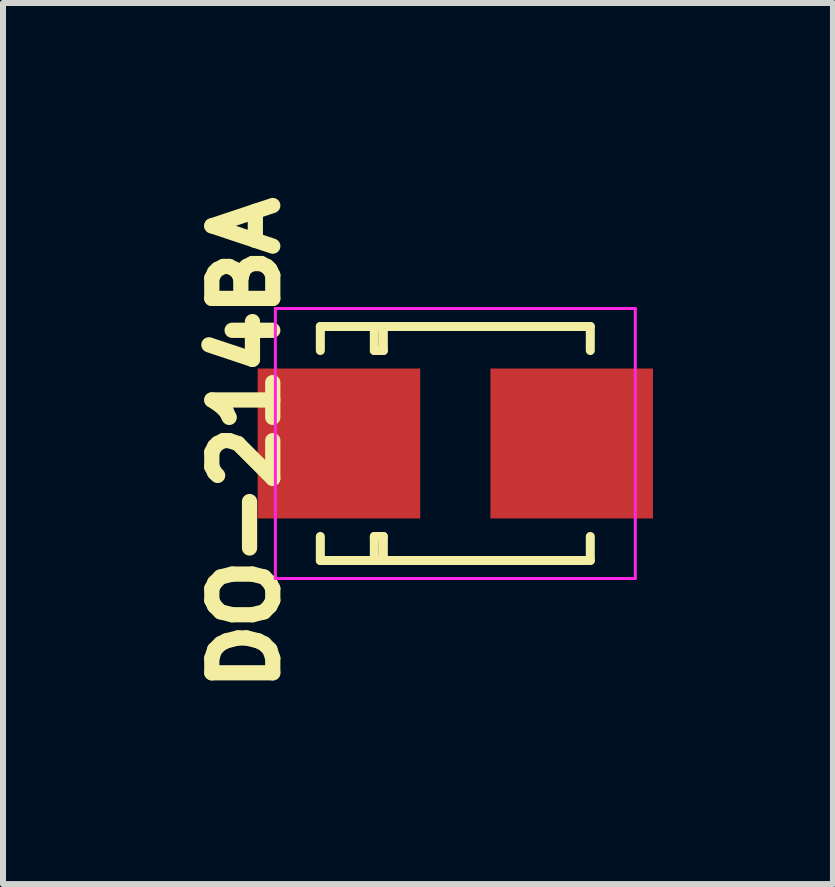
<source format=kicad_pcb>
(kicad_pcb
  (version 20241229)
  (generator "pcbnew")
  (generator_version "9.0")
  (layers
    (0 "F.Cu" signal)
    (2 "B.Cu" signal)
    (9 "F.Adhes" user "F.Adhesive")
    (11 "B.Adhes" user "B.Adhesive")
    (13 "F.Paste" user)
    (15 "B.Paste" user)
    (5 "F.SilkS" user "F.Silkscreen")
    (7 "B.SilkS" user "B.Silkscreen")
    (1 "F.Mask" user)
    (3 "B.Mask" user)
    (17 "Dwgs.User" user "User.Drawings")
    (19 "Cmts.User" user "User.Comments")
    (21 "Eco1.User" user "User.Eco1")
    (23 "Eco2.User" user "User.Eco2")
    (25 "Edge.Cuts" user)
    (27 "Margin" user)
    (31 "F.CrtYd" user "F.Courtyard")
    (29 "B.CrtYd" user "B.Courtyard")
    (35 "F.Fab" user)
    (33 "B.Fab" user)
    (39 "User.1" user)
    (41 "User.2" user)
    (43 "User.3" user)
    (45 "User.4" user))
  (footprint "DO-214BA"
    (layer "F.Cu")
    (at 4.54 4.343)
    (property "Reference" "DO-214BA" (at -3.5 0 90) (layer "F.SilkS") (effects (font (size 1.016 1.016) (thickness 0.254))))
    (attr smd)
    (fp_line (start -2.25 -1.95) (end -2.25 -1.55) (stroke (width 0.15) (type solid)) (layer "F.SilkS"))
    (fp_line (start -2.25 -1.95) (end 2.25 -1.95) (stroke (width 0.15) (type solid)) (layer "F.SilkS"))
    (fp_line (start -2.25 1.95) (end -2.25 1.55) (stroke (width 0.15) (type solid)) (layer "F.SilkS"))
    (fp_line (start -1.35 -1.95) (end -1.35 -1.55) (stroke (width 0.15) (type solid)) (layer "F.SilkS"))
    (fp_line (start -1.35 -1.55) (end -1.2 -1.55) (stroke (width 0.15) (type solid)) (layer "F.SilkS"))
    (fp_line (start -1.35 1.55) (end -1.2 1.55) (stroke (width 0.15) (type solid)) (layer "F.SilkS"))
    (fp_line (start -1.35 1.95) (end -1.35 1.55) (stroke (width 0.15) (type solid)) (layer "F.SilkS"))
    (fp_line (start -1.2 -1.55) (end -1.2 -1.95) (stroke (width 0.15) (type solid)) (layer "F.SilkS"))
    (fp_line (start -1.2 1.55) (end -1.2 1.95) (stroke (width 0.15) (type solid)) (layer "F.SilkS"))
    (fp_line (start 2.25 -1.95) (end 2.25 -1.55) (stroke (width 0.15) (type solid)) (layer "F.SilkS"))
    (fp_line (start 2.25 1.95) (end -2.25 1.95) (stroke (width 0.15) (type solid)) (layer "F.SilkS"))
    (fp_line (start 2.25 1.95) (end 2.25 1.55) (stroke (width 0.15) (type solid)) (layer "F.SilkS"))
    (fp_line (start -3 -2.25) (end 3 -2.25) (stroke (width 0.05) (type solid)) (layer "F.CrtYd"))
    (fp_line (start -3 2.25) (end -3 -2.25) (stroke (width 0.05) (type solid)) (layer "F.CrtYd"))
    (fp_line (start 3 -2.25) (end 3 2.25) (stroke (width 0.05) (type solid)) (layer "F.CrtYd"))
    (fp_line (start 3 2.25) (end -3 2.25) (stroke (width 0.05) (type solid)) (layer "F.CrtYd"))
    (pad "1" smd rect (at -1.94 0) (size 2.71 2.5) (layers "F.Cu" "F.Mask" "F.Paste"))
    (pad "2" smd rect (at 1.94 0) (size 2.71 2.5) (layers "F.Cu" "F.Mask" "F.Paste")))
  (gr_rect
    (start -3 -3)
    (end 10.835 11.687)
    (stroke (width 0.1) (type default))
    (fill no)
    (layer "Edge.Cuts")))
</source>
